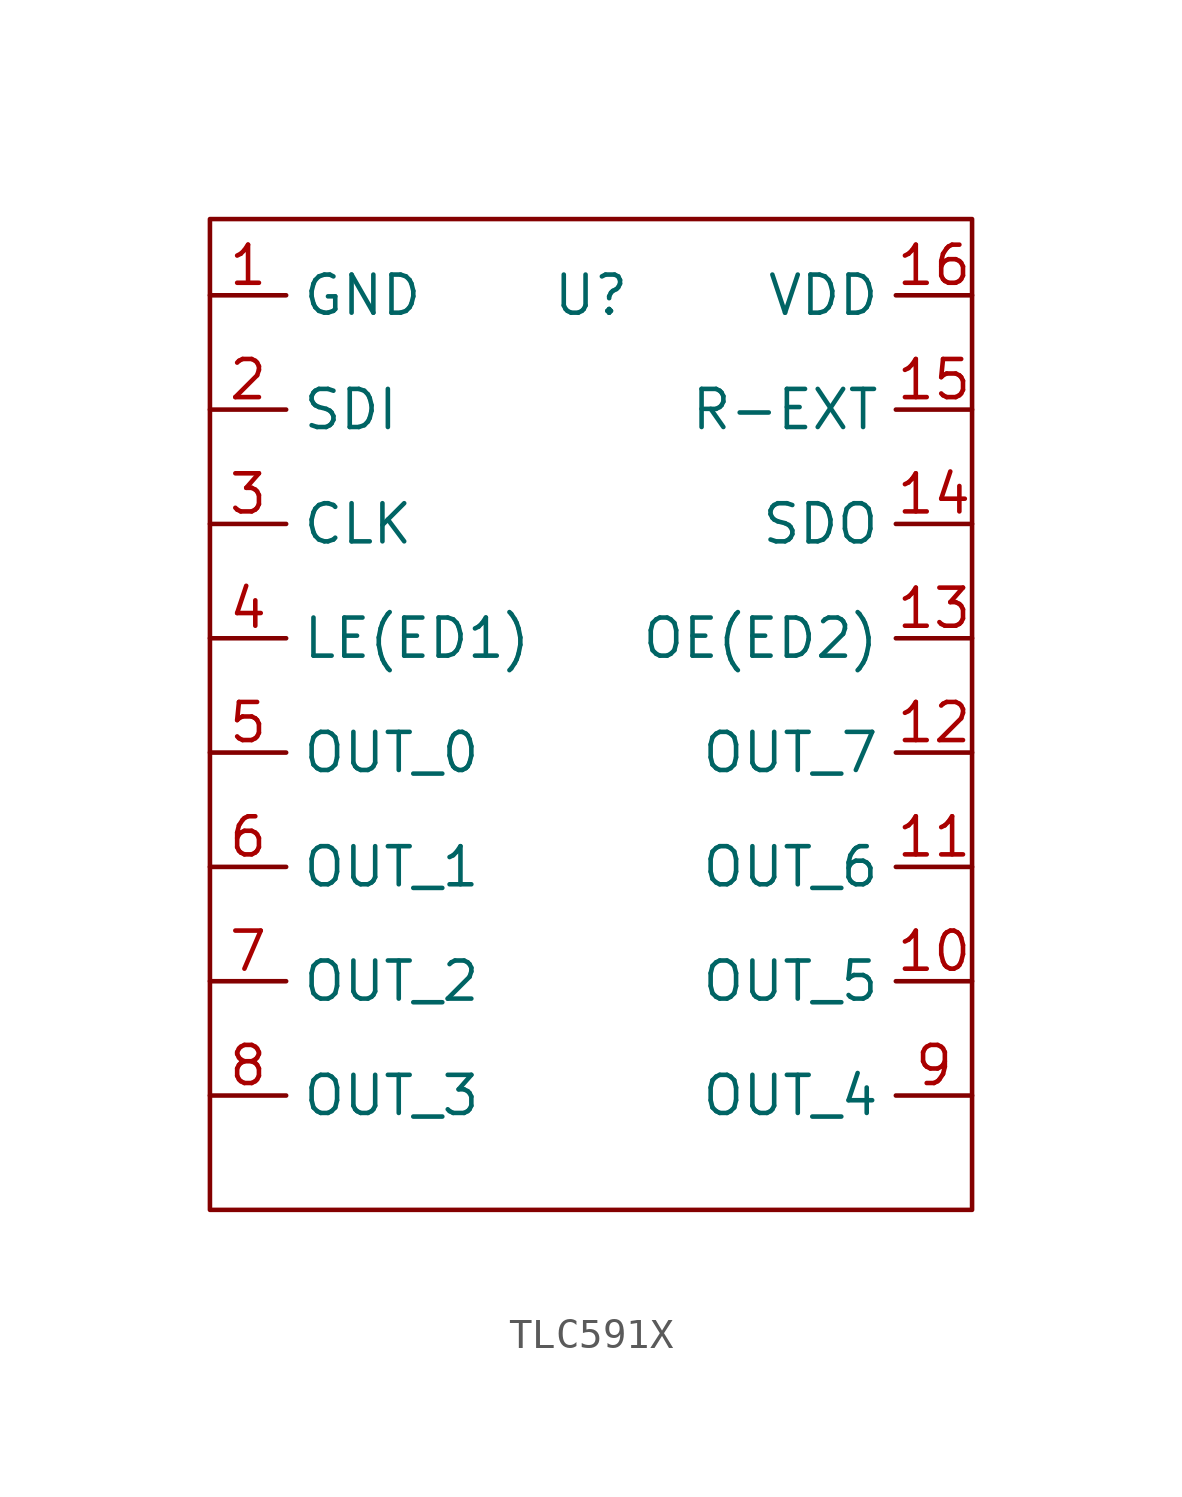
<source format=kicad_sym>
(kicad_symbol_lib
  (version 20231120)
  (generator "kicad_symbol_editor")
  (generator_version "8.0")
  (symbol "TLC591X"
    (property "Reference" "U"
      (at 0 0 0)
      (effects (font (size 1.27 1.27))))
    (property "Value" ""
      (at 0 0 0)
      (effects (font (size 1.27 1.27))))
    (symbol "TLC591X_0_1"
      (rectangle (start -12.7 2.54) (end 12.7 -30.48) (stroke (width 0) (type default)) (fill (type none))))
    (symbol "TLC591X_1_1"
      (pin input line (at -12.7 0 0) (length 2.54) (name "GND" (effects (font (size 1.27 1.27)))) (number "1" (effects (font (size 1.27 1.27)))))
      (pin output line (at 12.7 -22.86 180) (length 2.54) (name "OUT_5" (effects (font (size 1.27 1.27)))) (number "10" (effects (font (size 1.27 1.27)))))
      (pin output line (at 12.7 -19.05 180) (length 2.54) (name "OUT_6" (effects (font (size 1.27 1.27)))) (number "11" (effects (font (size 1.27 1.27)))))
      (pin output line (at 12.7 -15.24 180) (length 2.54) (name "OUT_7" (effects (font (size 1.27 1.27)))) (number "12" (effects (font (size 1.27 1.27)))))
      (pin input line (at 12.7 -11.43 180) (length 2.54) (name "OE(ED2)" (effects (font (size 1.27 1.27)))) (number "13" (effects (font (size 1.27 1.27)))))
      (pin input line (at 12.7 -7.62 180) (length 2.54) (name "SDO" (effects (font (size 1.27 1.27)))) (number "14" (effects (font (size 1.27 1.27)))))
      (pin input line (at 12.7 -3.81 180) (length 2.54) (name "R-EXT" (effects (font (size 1.27 1.27)))) (number "15" (effects (font (size 1.27 1.27)))))
      (pin input line (at 12.7 0 180) (length 2.54) (name "VDD" (effects (font (size 1.27 1.27)))) (number "16" (effects (font (size 1.27 1.27)))))
      (pin input line (at -12.7 -3.81 0) (length 2.54) (name "SDI" (effects (font (size 1.27 1.27)))) (number "2" (effects (font (size 1.27 1.27)))))
      (pin input line (at -12.7 -7.62 0) (length 2.54) (name "CLK" (effects (font (size 1.27 1.27)))) (number "3" (effects (font (size 1.27 1.27)))))
      (pin input line (at -12.7 -11.43 0) (length 2.54) (name "LE(ED1)" (effects (font (size 1.27 1.27)))) (number "4" (effects (font (size 1.27 1.27)))))
      (pin output line (at -12.7 -15.24 0) (length 2.54) (name "OUT_0" (effects (font (size 1.27 1.27)))) (number "5" (effects (font (size 1.27 1.27)))))
      (pin output line (at -12.7 -19.05 0) (length 2.54) (name "OUT_1" (effects (font (size 1.27 1.27)))) (number "6" (effects (font (size 1.27 1.27)))))
      (pin output line (at -12.7 -22.86 0) (length 2.54) (name "OUT_2" (effects (font (size 1.27 1.27)))) (number "7" (effects (font (size 1.27 1.27)))))
      (pin output line (at -12.7 -26.67 0) (length 2.54) (name "OUT_3" (effects (font (size 1.27 1.27)))) (number "8" (effects (font (size 1.27 1.27)))))
      (pin output line (at 12.7 -26.67 180) (length 2.54) (name "OUT_4" (effects (font (size 1.27 1.27)))) (number "9" (effects (font (size 1.27 1.27))))))))
</source>
